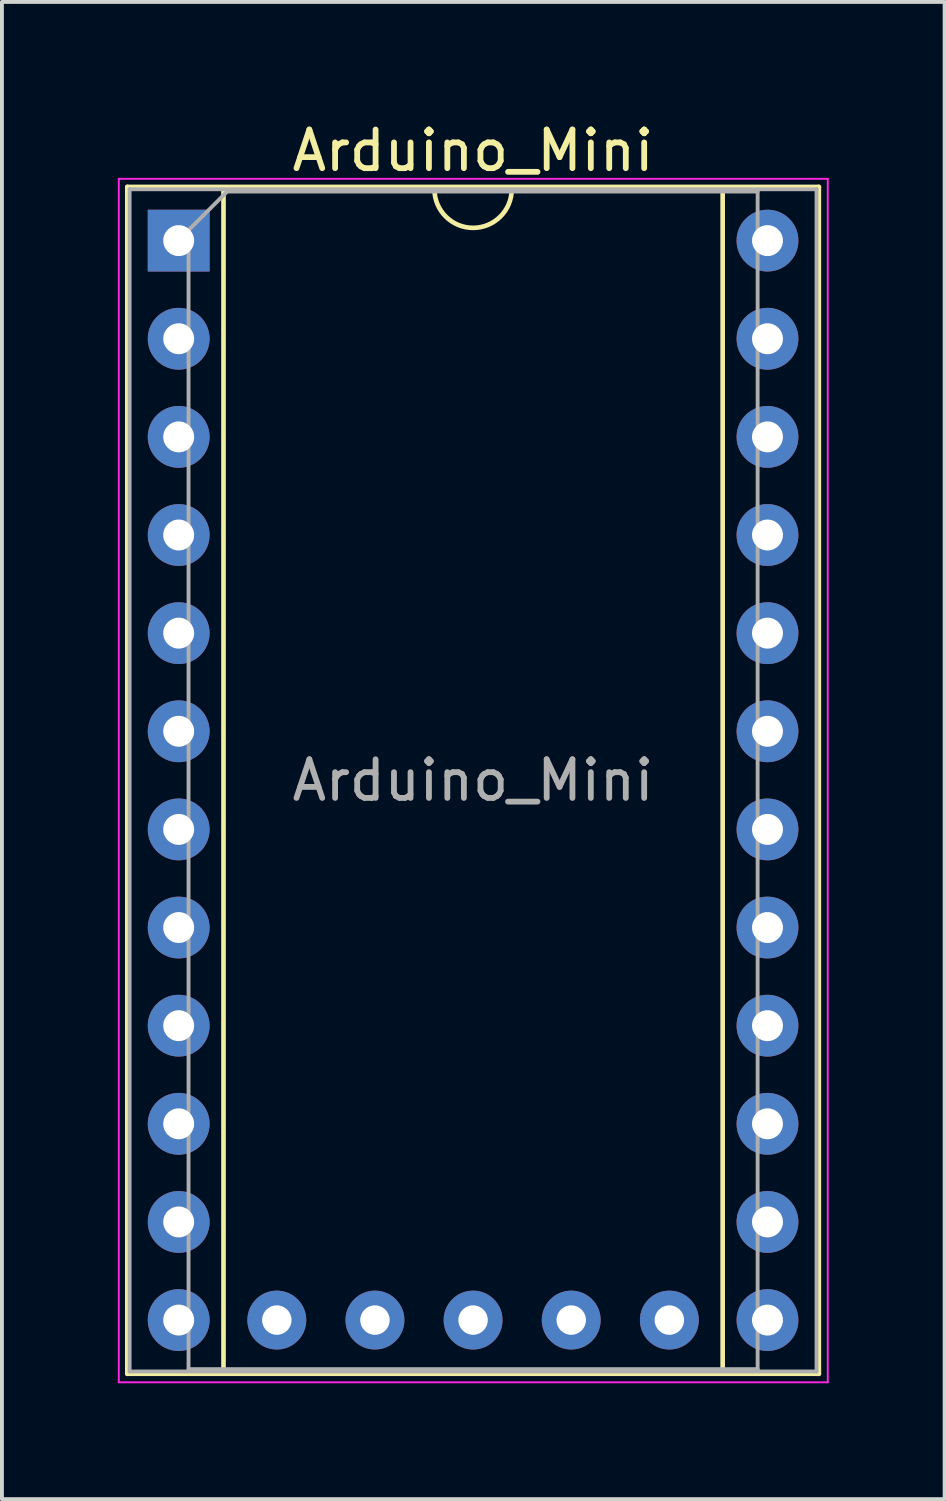
<source format=kicad_pcb>
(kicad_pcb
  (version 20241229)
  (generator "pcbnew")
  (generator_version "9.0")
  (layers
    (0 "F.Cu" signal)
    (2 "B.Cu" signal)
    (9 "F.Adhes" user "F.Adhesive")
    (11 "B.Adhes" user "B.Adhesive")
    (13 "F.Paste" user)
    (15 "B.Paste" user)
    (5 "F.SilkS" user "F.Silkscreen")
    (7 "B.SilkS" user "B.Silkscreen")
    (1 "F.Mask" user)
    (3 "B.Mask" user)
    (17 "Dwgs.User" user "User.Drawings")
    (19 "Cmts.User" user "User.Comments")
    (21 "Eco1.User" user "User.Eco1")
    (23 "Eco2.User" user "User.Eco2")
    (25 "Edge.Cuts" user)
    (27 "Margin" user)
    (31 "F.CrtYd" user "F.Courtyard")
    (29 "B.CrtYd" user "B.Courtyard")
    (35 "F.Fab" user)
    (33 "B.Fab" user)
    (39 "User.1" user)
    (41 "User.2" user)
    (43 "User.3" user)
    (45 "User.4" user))
  (footprint "Arduino_Mini"
    (layer "F.Cu")
    (at 1.575 3.178)
    (property "Reference" "Arduino_Mini" (at 7.62 -2.33 0) (layer "F.SilkS") (effects (font (size 1 1) (thickness 0.15))))
    (attr through_hole)
    (fp_line (start -1.33 -1.39) (end -1.33 29.33) (stroke (width 0.12) (type solid)) (layer "F.SilkS"))
    (fp_line (start -1.33 29.33) (end 16.57 29.33) (stroke (width 0.12) (type solid)) (layer "F.SilkS"))
    (fp_line (start 1.16 -1.33) (end 1.16 29.27) (stroke (width 0.12) (type solid)) (layer "F.SilkS"))
    (fp_line (start 1.16 29.27) (end 14.08 29.27) (stroke (width 0.12) (type solid)) (layer "F.SilkS"))
    (fp_line (start 6.62 -1.33) (end 1.16 -1.33) (stroke (width 0.12) (type solid)) (layer "F.SilkS"))
    (fp_line (start 14.08 -1.33) (end 8.62 -1.33) (stroke (width 0.12) (type solid)) (layer "F.SilkS"))
    (fp_line (start 14.08 29.27) (end 14.08 -1.33) (stroke (width 0.12) (type solid)) (layer "F.SilkS"))
    (fp_line (start 16.57 -1.39) (end -1.33 -1.39) (stroke (width 0.12) (type solid)) (layer "F.SilkS"))
    (fp_line (start 16.57 29.33) (end 16.57 -1.39) (stroke (width 0.12) (type solid)) (layer "F.SilkS"))
    (fp_arc (start 8.62 -1.33) (mid 7.62 -0.33) (end 6.62 -1.33) (stroke (width 0.12) (type solid)) (layer "F.SilkS"))
    (fp_line (start -1.55 -1.6) (end -1.55 29.55) (stroke (width 0.05) (type solid)) (layer "F.CrtYd"))
    (fp_line (start -1.55 29.55) (end 16.8 29.55) (stroke (width 0.05) (type solid)) (layer "F.CrtYd"))
    (fp_line (start 16.8 -1.6) (end -1.55 -1.6) (stroke (width 0.05) (type solid)) (layer "F.CrtYd"))
    (fp_line (start 16.8 29.55) (end 16.8 -1.6) (stroke (width 0.05) (type solid)) (layer "F.CrtYd"))
    (fp_line (start -1.27 -1.33) (end -1.27 29.27) (stroke (width 0.1) (type solid)) (layer "F.Fab"))
    (fp_line (start -1.27 29.27) (end 16.51 29.27) (stroke (width 0.1) (type solid)) (layer "F.Fab"))
    (fp_line (start 0.255 -0.27) (end 1.255 -1.27) (stroke (width 0.1) (type solid)) (layer "F.Fab"))
    (fp_line (start 0.255 29.21) (end 0.255 -0.27) (stroke (width 0.1) (type solid)) (layer "F.Fab"))
    (fp_line (start 1.255 -1.27) (end 14.985 -1.27) (stroke (width 0.1) (type solid)) (layer "F.Fab"))
    (fp_line (start 14.985 -1.27) (end 14.985 29.21) (stroke (width 0.1) (type solid)) (layer "F.Fab"))
    (fp_line (start 14.985 29.21) (end 0.255 29.21) (stroke (width 0.1) (type solid)) (layer "F.Fab"))
    (fp_line (start 16.51 -1.33) (end -1.27 -1.33) (stroke (width 0.1) (type solid)) (layer "F.Fab"))
    (fp_line (start 16.51 29.27) (end 16.51 -1.33) (stroke (width 0.1) (type solid)) (layer "F.Fab"))
    (fp_text user "${REFERENCE}" (at 7.62 13.97 0) (layer "F.Fab") (effects (font (size 1 1) (thickness 0.15))))
    (pad "1" thru_hole rect (at 0 0) (size 1.6 1.6) (drill 0.8) (layers "*.Cu" "*.Mask"))
    (pad "2" thru_hole oval (at 0 2.54) (size 1.6 1.6) (drill 0.8) (layers "*.Cu" "*.Mask"))
    (pad "3" thru_hole oval (at 0 5.08) (size 1.6 1.6) (drill 0.8) (layers "*.Cu" "*.Mask"))
    (pad "4" thru_hole oval (at 0 7.62) (size 1.6 1.6) (drill 0.8) (layers "*.Cu" "*.Mask"))
    (pad "5" thru_hole oval (at 0 10.16) (size 1.6 1.6) (drill 0.8) (layers "*.Cu" "*.Mask"))
    (pad "6" thru_hole oval (at 0 12.7) (size 1.6 1.6) (drill 0.8) (layers "*.Cu" "*.Mask"))
    (pad "7" thru_hole oval (at 0 15.24) (size 1.6 1.6) (drill 0.8) (layers "*.Cu" "*.Mask"))
    (pad "8" thru_hole oval (at 0 17.78) (size 1.6 1.6) (drill 0.8) (layers "*.Cu" "*.Mask"))
    (pad "9" thru_hole oval (at 0 20.32) (size 1.6 1.6) (drill 0.8) (layers "*.Cu" "*.Mask"))
    (pad "10" thru_hole oval (at 0 22.86) (size 1.6 1.6) (drill 0.8) (layers "*.Cu" "*.Mask"))
    (pad "11" thru_hole oval (at 0 25.4) (size 1.6 1.6) (drill 0.8) (layers "*.Cu" "*.Mask"))
    (pad "12" thru_hole oval (at 0 27.94) (size 1.6 1.6) (drill 0.8) (layers "*.Cu" "*.Mask"))
    (pad "13" thru_hole oval (at 15.24 27.94) (size 1.6 1.6) (drill 0.8) (layers "*.Cu" "*.Mask"))
    (pad "14" thru_hole oval (at 15.24 25.4) (size 1.6 1.6) (drill 0.8) (layers "*.Cu" "*.Mask"))
    (pad "15" thru_hole oval (at 15.24 22.86) (size 1.6 1.6) (drill 0.8) (layers "*.Cu" "*.Mask"))
    (pad "16" thru_hole oval (at 15.24 20.32) (size 1.6 1.6) (drill 0.8) (layers "*.Cu" "*.Mask"))
    (pad "17" thru_hole oval (at 15.24 17.78) (size 1.6 1.6) (drill 0.8) (layers "*.Cu" "*.Mask"))
    (pad "18" thru_hole oval (at 15.24 15.24) (size 1.6 1.6) (drill 0.8) (layers "*.Cu" "*.Mask"))
    (pad "19" thru_hole oval (at 15.24 12.7) (size 1.6 1.6) (drill 0.8) (layers "*.Cu" "*.Mask"))
    (pad "20" thru_hole oval (at 15.24 10.16) (size 1.6 1.6) (drill 0.8) (layers "*.Cu" "*.Mask"))
    (pad "21" thru_hole oval (at 15.24 7.62) (size 1.6 1.6) (drill 0.8) (layers "*.Cu" "*.Mask"))
    (pad "22" thru_hole oval (at 15.24 5.08) (size 1.6 1.6) (drill 0.8) (layers "*.Cu" "*.Mask"))
    (pad "23" thru_hole oval (at 15.24 2.54) (size 1.6 1.6) (drill 0.8) (layers "*.Cu" "*.Mask"))
    (pad "24" thru_hole oval (at 15.24 0) (size 1.6 1.6) (drill 0.8) (layers "*.Cu" "*.Mask"))
    (pad "25" thru_hole circle (at 2.54 27.94) (size 1.524 1.524) (drill 0.762) (layers "*.Cu" "*.Mask"))
    (pad "26" thru_hole circle (at 5.08 27.94) (size 1.524 1.524) (drill 0.762) (layers "*.Cu" "*.Mask"))
    (pad "27" thru_hole circle (at 7.62 27.94) (size 1.524 1.524) (drill 0.762) (layers "*.Cu" "*.Mask"))
    (pad "28" thru_hole circle (at 10.16 27.94) (size 1.524 1.524) (drill 0.762) (layers "*.Cu" "*.Mask"))
    (pad "29" thru_hole circle (at 12.7 27.94) (size 1.524 1.524) (drill 0.762) (layers "*.Cu" "*.Mask")))
  (gr_rect
    (start -3 -3)
    (end 21.4 35.753)
    (stroke (width 0.1) (type default))
    (fill no)
    (layer "Edge.Cuts")))
</source>
